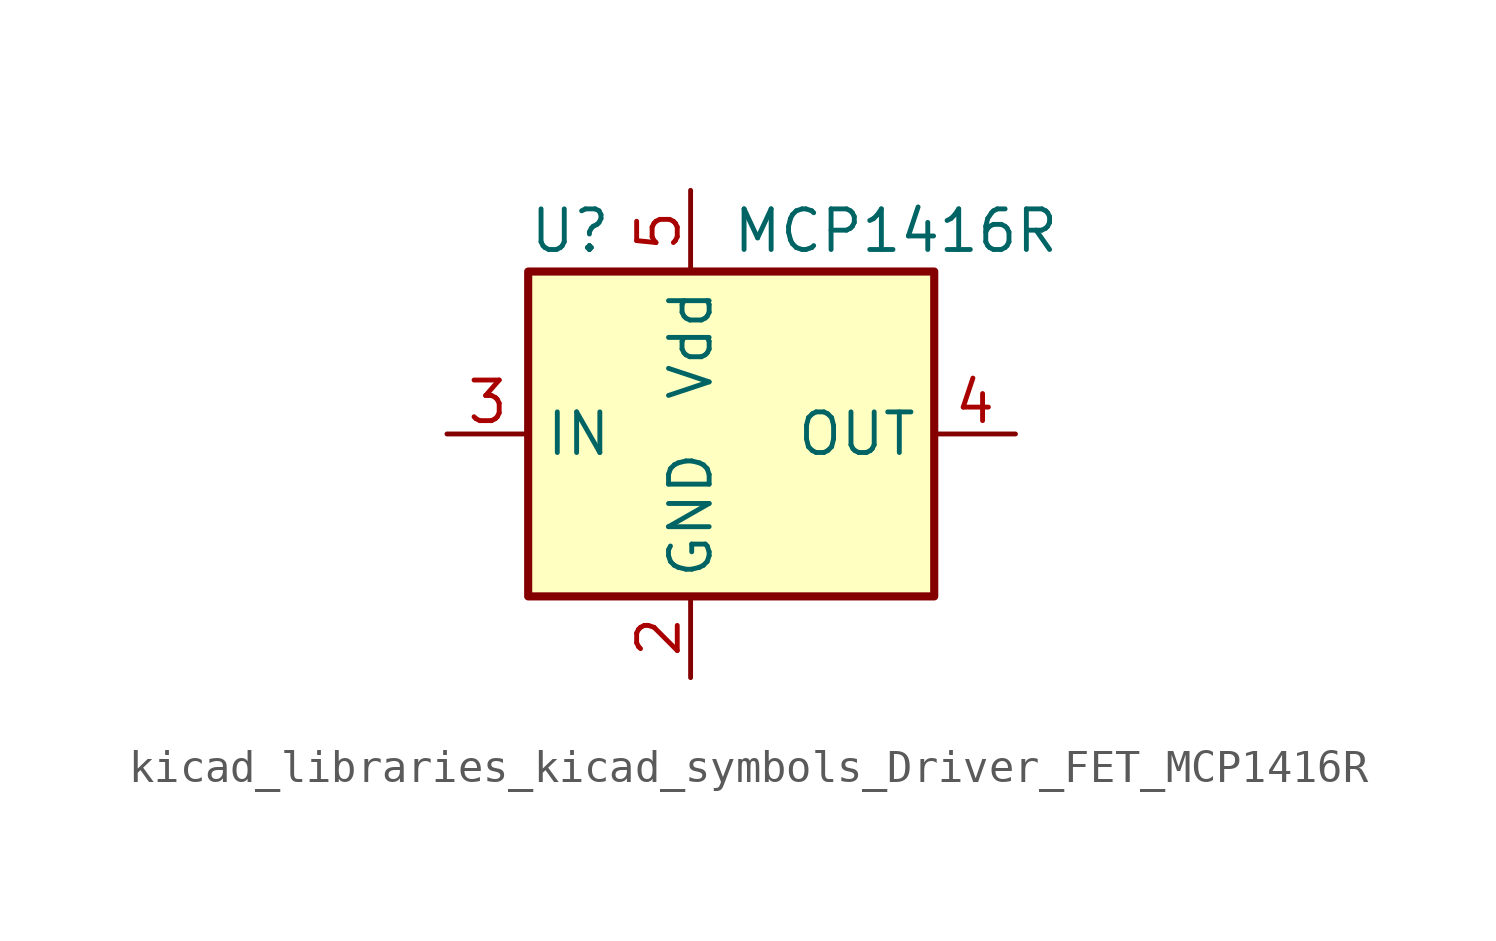
<source format=kicad_sym>
(kicad_symbol_lib
  (version 20220914)
  (generator kicad_symbol_editor)
  (symbol "kicad_libraries_kicad_symbols_Driver_FET_MCP1416R"
    (property "Reference" "U"
      (at -5.08 6.35 0)
      (effects (font (size 1.27 1.27)) (justify left)))
    (property "Value" "MCP1416R"
      (at 1.27 6.35 0)
      (effects (font (size 1.27 1.27)) (justify left)))
    (symbol "kicad_libraries_kicad_symbols_Driver_FET_MCP1416R_0_1"
      (rectangle (start -5.08 5.08) (end 7.62 -5.08) (stroke (width 0.254) (type default)) (fill (type background))))
    (symbol "kicad_libraries_kicad_symbols_Driver_FET_MCP1416R_1_1"
      (pin no_connect line (at 7.62 -2.54 180) (length 2.54) hide (name "NC" (effects (font (size 1.27 1.27)))) (number "1" (effects (font (size 1.27 1.27)))))
      (pin power_in line (at 0 -7.62 90) (length 2.54) (name "GND" (effects (font (size 1.27 1.27)))) (number "2" (effects (font (size 1.27 1.27)))))
      (pin input line (at -7.62 0 0) (length 2.54) (name "IN" (effects (font (size 1.27 1.27)))) (number "3" (effects (font (size 1.27 1.27)))))
      (pin output line (at 10.16 0 180) (length 2.54) (name "OUT" (effects (font (size 1.27 1.27)))) (number "4" (effects (font (size 1.27 1.27)))))
      (pin power_in line (at 0 7.62 270) (length 2.54) (name "Vdd" (effects (font (size 1.27 1.27)))) (number "5" (effects (font (size 1.27 1.27))))))))
</source>
